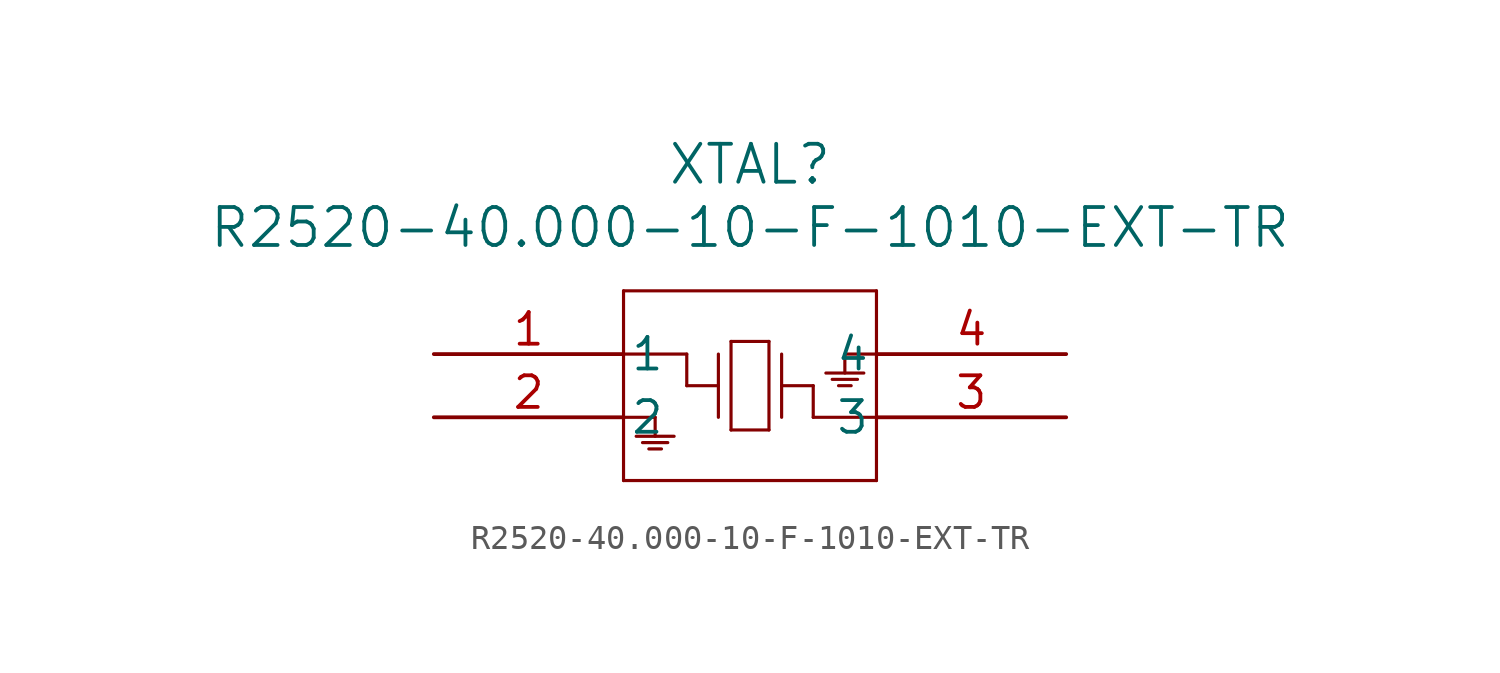
<source format=kicad_sym>
(kicad_symbol_lib
  (version 20211014)
  (generator kicad_symbol_editor)
  (symbol "R2520-40.000-10-F-1010-EXT-TR"
    (pin_names
      (offset 0.254))
    (property "Reference" "XTAL"
      (at 12.7 7.62 0)
      (effects (font (size 1.524 1.524))))
    (property "Value" "R2520-40.000-10-F-1010-EXT-TR"
      (at 12.7 5.08 0)
      (effects (font (size 1.524 1.524))))
    (symbol "R2520-40.000-10-F-1010-EXT-TR_0_1"
      (polyline (pts (xy 7.62 2.54) (xy 7.62 -5.08)) (stroke (width 0.127) (type default) (color 0 0 0 0)) (fill (type none)))
      (polyline (pts (xy 7.62 -5.08) (xy 17.78 -5.08)) (stroke (width 0.127) (type default) (color 0 0 0 0)) (fill (type none)))
      (polyline (pts (xy 17.78 -5.08) (xy 17.78 2.54)) (stroke (width 0.127) (type default) (color 0 0 0 0)) (fill (type none)))
      (polyline (pts (xy 17.78 2.54) (xy 7.62 2.54)) (stroke (width 0.127) (type default) (color 0 0 0 0)) (fill (type none)))
      (polyline (pts (xy 11.43 0) (xy 11.43 -2.54)) (stroke (width 0.127) (type default) (color 0 0 0 0)) (fill (type none)))
      (polyline (pts (xy 11.43 -1.27) (xy 10.16 -1.27)) (stroke (width 0.127) (type default) (color 0 0 0 0)) (fill (type none)))
      (polyline (pts (xy 10.16 -1.27) (xy 10.16 0)) (stroke (width 0.127) (type default) (color 0 0 0 0)) (fill (type none)))
      (polyline (pts (xy 10.16 0) (xy 7.62 0)) (stroke (width 0.127) (type default) (color 0 0 0 0)) (fill (type none)))
      (polyline (pts (xy 13.97 0) (xy 13.97 -2.54)) (stroke (width 0.127) (type default) (color 0 0 0 0)) (fill (type none)))
      (polyline (pts (xy 13.97 -1.27) (xy 15.24 -1.27)) (stroke (width 0.127) (type default) (color 0 0 0 0)) (fill (type none)))
      (polyline (pts (xy 15.24 -1.27) (xy 15.24 -2.54)) (stroke (width 0.127) (type default) (color 0 0 0 0)) (fill (type none)))
      (polyline (pts (xy 15.24 -2.54) (xy 17.78 -2.54)) (stroke (width 0.127) (type default) (color 0 0 0 0)) (fill (type none)))
      (polyline (pts (xy 11.938 0.508) (xy 11.938 -3.048)) (stroke (width 0.127) (type default) (color 0 0 0 0)) (fill (type none)))
      (polyline (pts (xy 11.938 -3.048) (xy 13.462 -3.048)) (stroke (width 0.127) (type default) (color 0 0 0 0)) (fill (type none)))
      (polyline (pts (xy 13.462 -3.048) (xy 13.462 0.508)) (stroke (width 0.127) (type default) (color 0 0 0 0)) (fill (type none)))
      (polyline (pts (xy 13.462 0.508) (xy 11.938 0.508)) (stroke (width 0.127) (type default) (color 0 0 0 0)) (fill (type none)))
      (polyline (pts (xy 7.62 -2.54) (xy 8.89 -2.54)) (stroke (width 0.127) (type default) (color 0 0 0 0)) (fill (type none)))
      (polyline (pts (xy 8.89 -2.54) (xy 8.89 -3.302)) (stroke (width 0.127) (type default) (color 0 0 0 0)) (fill (type none)))
      (polyline (pts (xy 8.636 -3.81) (xy 9.144 -3.81)) (stroke (width 0.127) (type default) (color 0 0 0 0)) (fill (type none)))
      (polyline (pts (xy 8.382 -3.556) (xy 9.398 -3.556)) (stroke (width 0.127) (type default) (color 0 0 0 0)) (fill (type none)))
      (polyline (pts (xy 8.128 -3.302) (xy 9.652 -3.302)) (stroke (width 0.127) (type default) (color 0 0 0 0)) (fill (type none)))
      (polyline (pts (xy 17.78 0) (xy 16.51 0)) (stroke (width 0.127) (type default) (color 0 0 0 0)) (fill (type none)))
      (polyline (pts (xy 16.51 0) (xy 16.51 -0.762)) (stroke (width 0.127) (type default) (color 0 0 0 0)) (fill (type none)))
      (polyline (pts (xy 16.764 -1.27) (xy 16.256 -1.27)) (stroke (width 0.127) (type default) (color 0 0 0 0)) (fill (type none)))
      (polyline (pts (xy 17.018 -1.016) (xy 16.002 -1.016)) (stroke (width 0.127) (type default) (color 0 0 0 0)) (fill (type none)))
      (polyline (pts (xy 17.272 -0.762) (xy 15.748 -0.762)) (stroke (width 0.127) (type default) (color 0 0 0 0)) (fill (type none)))
      (pin unspecified line (at 0 0 0) (length 7.62) (name "1" (effects (font (size 1.27 1.27)))) (number "1" (effects (font (size 1.27 1.27)))))
      (pin unspecified line (at 0 -2.54 0) (length 7.62) (name "2" (effects (font (size 1.27 1.27)))) (number "2" (effects (font (size 1.27 1.27)))))
      (pin unspecified line (at 25.4 -2.54 180) (length 7.62) (name "3" (effects (font (size 1.27 1.27)))) (number "3" (effects (font (size 1.27 1.27)))))
      (pin unspecified line (at 25.4 0 180) (length 7.62) (name "4" (effects (font (size 1.27 1.27)))) (number "4" (effects (font (size 1.27 1.27))))))))
</source>
